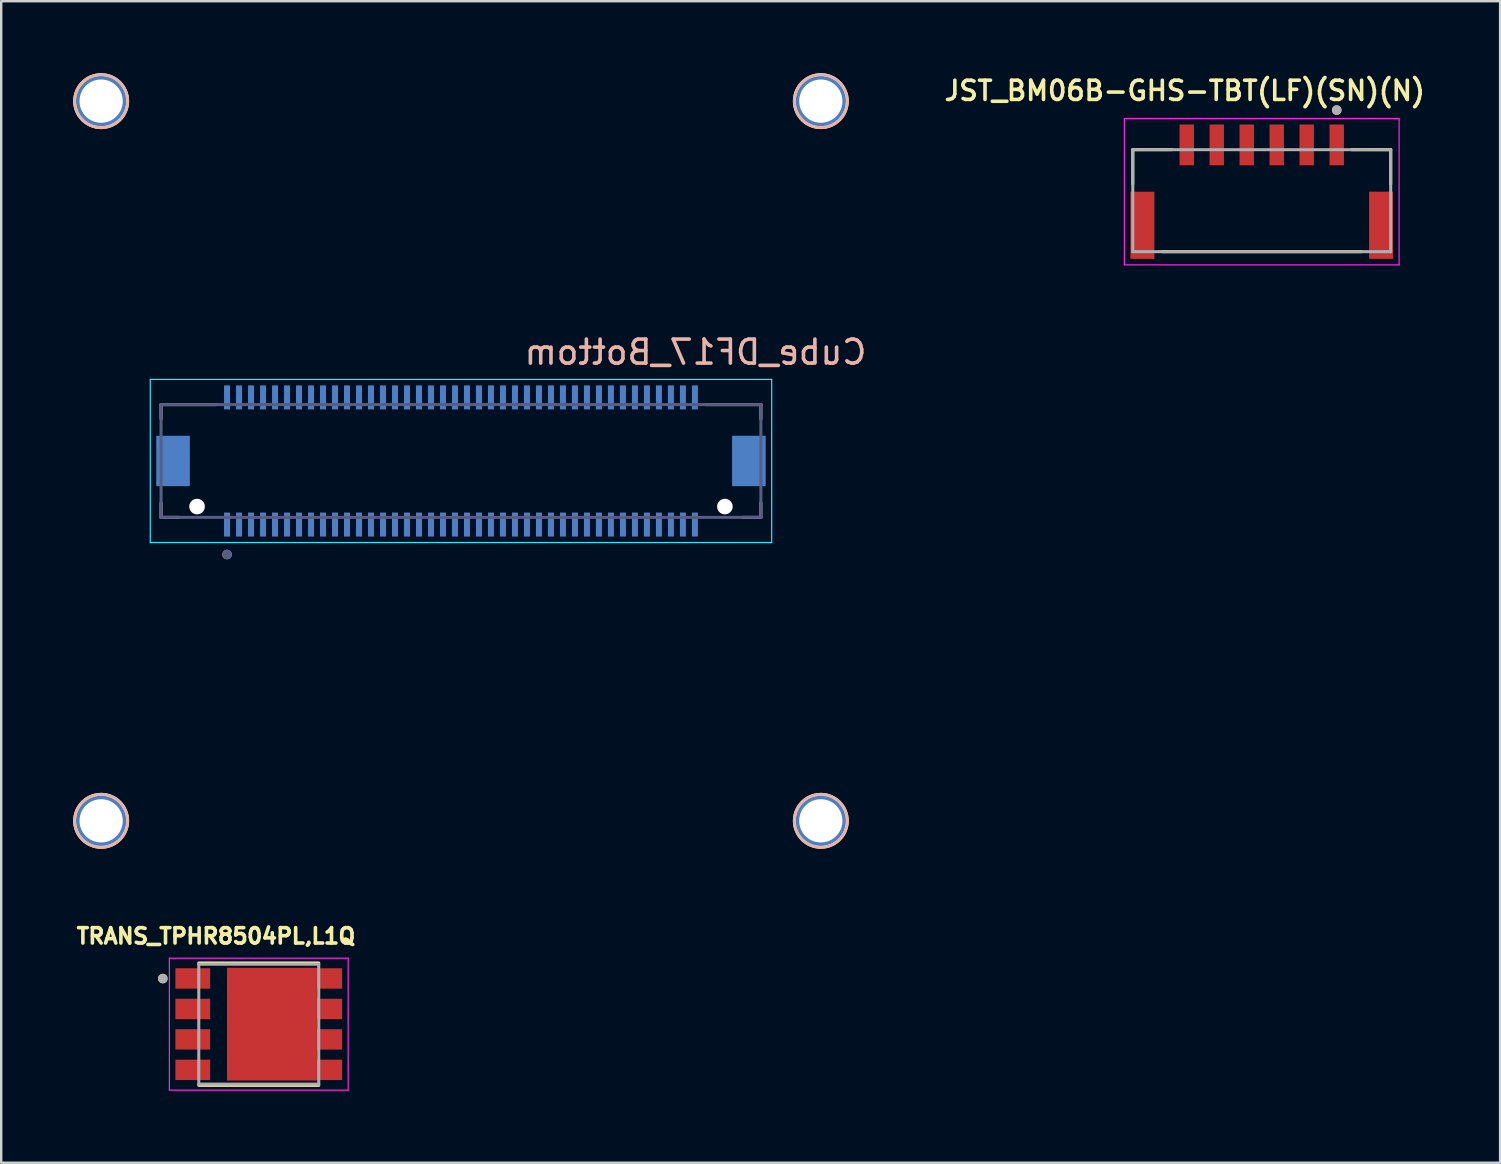
<source format=kicad_pcb>
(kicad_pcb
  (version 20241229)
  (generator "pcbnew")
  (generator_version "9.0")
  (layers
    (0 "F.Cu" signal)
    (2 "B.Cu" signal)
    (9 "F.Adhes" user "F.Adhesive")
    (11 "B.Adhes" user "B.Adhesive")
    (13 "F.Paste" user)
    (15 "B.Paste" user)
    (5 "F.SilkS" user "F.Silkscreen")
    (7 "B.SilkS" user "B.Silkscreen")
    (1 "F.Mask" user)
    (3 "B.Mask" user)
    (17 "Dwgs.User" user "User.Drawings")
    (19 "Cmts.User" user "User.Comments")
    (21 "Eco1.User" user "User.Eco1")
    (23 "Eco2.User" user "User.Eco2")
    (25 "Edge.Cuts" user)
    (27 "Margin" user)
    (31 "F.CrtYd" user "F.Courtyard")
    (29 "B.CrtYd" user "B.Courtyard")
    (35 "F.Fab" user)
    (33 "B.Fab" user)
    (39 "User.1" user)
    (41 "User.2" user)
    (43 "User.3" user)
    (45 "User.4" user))
  (footprint "JST_BM06B-GHS-TBT(LF)(SN)(N)"
    (layer "F.Cu")
    (at 49.538 6.339)
    (property "Reference" "JST_BM06B-GHS-TBT(LF)(SN)(N)" (at -3.21 -5.608 0) (layer "F.SilkS") (effects (font (size 0.8 0.8) (thickness 0.15))))
    (attr through_hole)
    (fp_line (start -5.375 -3.15) (end -3.75 -3.15) (stroke (width 0.127) (type solid)) (layer "F.SilkS"))
    (fp_line (start -5.375 -1.72) (end -5.375 -3.15) (stroke (width 0.127) (type solid)) (layer "F.SilkS"))
    (fp_line (start -4.15 1.1) (end 4.15 1.1) (stroke (width 0.127) (type solid)) (layer "F.SilkS"))
    (fp_line (start 3.75 -3.15) (end 5.375 -3.15) (stroke (width 0.127) (type solid)) (layer "F.SilkS"))
    (fp_line (start 5.375 -1.72) (end 5.375 -3.15) (stroke (width 0.127) (type solid)) (layer "F.SilkS"))
    (fp_circle (center 3.125 -4.8) (end 3.225 -4.8) (stroke (width 0.2) (type solid)) (fill no) (layer "F.SilkS"))
    (fp_line (start -5.725 -4.45) (end 5.725 -4.45) (stroke (width 0.05) (type solid)) (layer "F.CrtYd"))
    (fp_line (start -5.725 1.65) (end -5.725 -4.45) (stroke (width 0.05) (type solid)) (layer "F.CrtYd"))
    (fp_line (start 5.725 -4.45) (end 5.725 1.65) (stroke (width 0.05) (type solid)) (layer "F.CrtYd"))
    (fp_line (start 5.725 1.65) (end -5.725 1.65) (stroke (width 0.05) (type solid)) (layer "F.CrtYd"))
    (fp_line (start -5.375 -3.15) (end 5.375 -3.15) (stroke (width 0.127) (type solid)) (layer "F.Fab"))
    (fp_line (start -5.375 1.1) (end -5.375 -3.15) (stroke (width 0.127) (type solid)) (layer "F.Fab"))
    (fp_line (start 5.375 -3.15) (end 5.375 1.1) (stroke (width 0.127) (type solid)) (layer "F.Fab"))
    (fp_line (start 5.375 1.1) (end -5.375 1.1) (stroke (width 0.127) (type solid)) (layer "F.Fab"))
    (fp_circle (center 3.125 -4.8) (end 3.225 -4.8) (stroke (width 0.2) (type solid)) (fill no) (layer "F.Fab"))
    (pad "1" smd rect (at 3.125 -3.35 270) (size 1.7 0.6) (layers "F.Cu" "F.Mask" "F.Paste"))
    (pad "2" smd rect (at 1.875 -3.35 270) (size 1.7 0.6) (layers "F.Cu" "F.Mask" "F.Paste"))
    (pad "3" smd rect (at 0.625 -3.35 270) (size 1.7 0.6) (layers "F.Cu" "F.Mask" "F.Paste"))
    (pad "4" smd rect (at -0.625 -3.35 270) (size 1.7 0.6) (layers "F.Cu" "F.Mask" "F.Paste"))
    (pad "5" smd rect (at -1.875 -3.35 270) (size 1.7 0.6) (layers "F.Cu" "F.Mask" "F.Paste"))
    (pad "6" smd rect (at -3.125 -3.35 270) (size 1.7 0.6) (layers "F.Cu" "F.Mask" "F.Paste"))
    (pad "S1" smd rect (at -4.975 0 270) (size 2.8 1) (layers "F.Cu" "F.Mask" "F.Paste"))
    (pad "S2" smd rect (at 4.975 0 270) (size 2.8 1) (layers "F.Cu" "F.Mask" "F.Paste")))
  (footprint "TRANS_TPHR8504PL,L1Q"
    (layer "F.Cu")
    (at 7.735 39.636)
    (property "Reference" "TRANS_TPHR8504PL,L1Q" (at -1.784 -3.671 0) (layer "F.SilkS") (effects (font (size 0.64 0.64) (thickness 0.15))))
    (attr through_hole)
    (fp_line (start -2.5 -2.55) (end 2.5 -2.55) (stroke (width 0.127) (type solid)) (layer "F.SilkS"))
    (fp_line (start -2.5 2.55) (end 2.5 2.55) (stroke (width 0.127) (type solid)) (layer "F.SilkS"))
    (fp_circle (center -4 -1.9) (end -3.9 -1.9) (stroke (width 0.2) (type solid)) (fill no) (layer "F.SilkS"))
    (fp_poly (pts (xy -0.94 -1.186) (xy 2.04 -1.186) (xy 2.04 1.186) (xy -0.94 1.186)) (stroke (width 0.01) (type solid)) (fill yes) (layer "F.Paste"))
    (fp_line (start -3.725 -2.75) (end 3.725 -2.75) (stroke (width 0.05) (type solid)) (layer "F.CrtYd"))
    (fp_line (start -3.725 2.75) (end -3.725 -2.75) (stroke (width 0.05) (type solid)) (layer "F.CrtYd"))
    (fp_line (start 3.725 -2.75) (end 3.725 2.75) (stroke (width 0.05) (type solid)) (layer "F.CrtYd"))
    (fp_line (start 3.725 2.75) (end -3.725 2.75) (stroke (width 0.05) (type solid)) (layer "F.CrtYd"))
    (fp_line (start -2.5 -2.5) (end 2.5 -2.5) (stroke (width 0.127) (type solid)) (layer "F.Fab"))
    (fp_line (start -2.5 2.5) (end -2.5 -2.5) (stroke (width 0.127) (type solid)) (layer "F.Fab"))
    (fp_line (start 2.5 -2.5) (end 2.5 2.5) (stroke (width 0.127) (type solid)) (layer "F.Fab"))
    (fp_line (start 2.5 2.5) (end -2.5 2.5) (stroke (width 0.127) (type solid)) (layer "F.Fab"))
    (fp_circle (center -4 -1.9) (end -3.9 -1.9) (stroke (width 0.2) (type solid)) (fill no) (layer "F.Fab"))
    (pad "1" smd rect (at -2.75 -1.905) (size 1.45 0.85) (layers "F.Cu" "F.Mask" "F.Paste"))
    (pad "2" smd rect (at -2.75 -0.635) (size 1.45 0.85) (layers "F.Cu" "F.Mask" "F.Paste"))
    (pad "3" smd rect (at -2.75 0.635) (size 1.45 0.85) (layers "F.Cu" "F.Mask" "F.Paste"))
    (pad "4" smd rect (at -2.75 1.905) (size 1.45 0.85) (layers "F.Cu" "F.Mask" "F.Paste"))
    (pad "5" smd rect (at 2.95 1.905) (size 1.05 0.85) (layers "F.Cu" "F.Mask" "F.Paste"))
    (pad "6" smd rect (at 2.95 0.635) (size 1.05 0.85) (layers "F.Cu" "F.Mask" "F.Paste"))
    (pad "7" smd rect (at 2.95 -0.635) (size 1.05 0.85) (layers "F.Cu" "F.Mask" "F.Paste"))
    (pad "8" smd rect (at 2.95 -1.905) (size 1.05 0.85) (layers "F.Cu" "F.Mask" "F.Paste"))
    (pad "9" smd rect (at 0.55 0) (size 3.75 4.7) (layers "F.Cu" "F.Mask")))
  (footprint "Cube_DF17_Bottom"
    (layer "F.Cu")
    (at 16.163 16.163)
    (property "Reference" "Cube_DF17_Bottom" (at 9.775 -4.535 0) (layer "B.SilkS") (effects (font (size 1 1) (thickness 0.15)) (justify mirror)))
    (attr through_hole)
    (fp_circle (center -14.998 -14.998) (end -16.104 -14.998) (stroke (width 0.12) (type solid)) (fill no) (layer "F.SilkS"))
    (fp_circle (center -14.998 14.998) (end -16.104 14.998) (stroke (width 0.12) (type solid)) (fill no) (layer "F.SilkS"))
    (fp_circle (center 14.998 -14.998) (end 13.893 -14.998) (stroke (width 0.12) (type solid)) (fill no) (layer "F.SilkS"))
    (fp_circle (center 14.998 14.998) (end 13.893 14.998) (stroke (width 0.12) (type solid)) (fill no) (layer "F.SilkS"))
    (fp_line (start -12.5 -2.35) (end -12.5 -1.75) (stroke (width 0.127) (type solid)) (layer "B.SilkS"))
    (fp_line (start -12.5 -2.35) (end -10.195 -2.35) (stroke (width 0.127) (type solid)) (layer "B.SilkS"))
    (fp_line (start -12.5 2.35) (end -12.5 1.75) (stroke (width 0.127) (type solid)) (layer "B.SilkS"))
    (fp_line (start -11.75 2.35) (end -12.5 2.35) (stroke (width 0.127) (type solid)) (layer "B.SilkS"))
    (fp_line (start 10.195 -2.35) (end 12.5 -2.35) (stroke (width 0.127) (type solid)) (layer "B.SilkS"))
    (fp_line (start 12.5 -2.35) (end 12.5 -1.75) (stroke (width 0.127) (type solid)) (layer "B.SilkS"))
    (fp_line (start 12.5 2.35) (end 11.75 2.35) (stroke (width 0.127) (type solid)) (layer "B.SilkS"))
    (fp_line (start 12.5 2.35) (end 12.5 1.75) (stroke (width 0.127) (type solid)) (layer "B.SilkS"))
    (fp_circle (center -14.998 -14.998) (end -16.104 -14.998) (stroke (width 0.12) (type solid)) (fill no) (layer "B.SilkS"))
    (fp_circle (center -14.998 14.998) (end -16.104 14.998) (stroke (width 0.12) (type solid)) (fill no) (layer "B.SilkS"))
    (fp_circle (center -9.75 3.9) (end -9.85 3.9) (stroke (width 0.2) (type solid)) (fill no) (layer "B.SilkS"))
    (fp_circle (center 14.998 -14.998) (end 13.893 -14.998) (stroke (width 0.12) (type solid)) (fill no) (layer "B.SilkS"))
    (fp_circle (center 14.998 14.998) (end 13.893 14.998) (stroke (width 0.12) (type solid)) (fill no) (layer "B.SilkS"))
    (fp_line (start -12.95 -3.4) (end 12.95 -3.4) (stroke (width 0.05) (type solid)) (layer "B.CrtYd"))
    (fp_line (start -12.95 3.4) (end -12.95 -3.4) (stroke (width 0.05) (type solid)) (layer "B.CrtYd"))
    (fp_line (start 12.95 -3.4) (end 12.95 3.4) (stroke (width 0.05) (type solid)) (layer "B.CrtYd"))
    (fp_line (start 12.95 3.4) (end -12.95 3.4) (stroke (width 0.05) (type solid)) (layer "B.CrtYd"))
    (fp_line (start -12.5 -2.35) (end 12.5 -2.35) (stroke (width 0.127) (type solid)) (layer "B.Fab"))
    (fp_line (start -12.5 2.35) (end -12.5 -2.35) (stroke (width 0.127) (type solid)) (layer "B.Fab"))
    (fp_line (start 12.5 -2.35) (end 12.5 2.35) (stroke (width 0.127) (type solid)) (layer "B.Fab"))
    (fp_line (start 12.5 2.35) (end -12.5 2.35) (stroke (width 0.127) (type solid)) (layer "B.Fab"))
    (fp_circle (center -9.75 3.9) (end -9.85 3.9) (stroke (width 0.2) (type solid)) (fill no) (layer "B.Fab"))
    (pad "" np_thru_hole circle (at -11 1.9) (size 0.65 0.65) (drill 0.65) (layers "*.Cu" "*.Mask"))
    (pad "" np_thru_hole circle (at 11 1.9) (size 0.65 0.65) (drill 0.65) (layers "*.Cu" "*.Mask"))
    (pad "1" smd rect (at -9.75 2.65) (size 0.25 1) (layers "B.Cu" "B.Mask" "B.Paste"))
    (pad "2" smd rect (at -9.75 -2.65) (size 0.25 1) (layers "B.Cu" "B.Mask" "B.Paste"))
    (pad "3" smd rect (at -9.25 2.65) (size 0.25 1) (layers "B.Cu" "B.Mask" "B.Paste"))
    (pad "4" smd rect (at -9.25 -2.65) (size 0.25 1) (layers "B.Cu" "B.Mask" "B.Paste"))
    (pad "5" smd rect (at -8.75 2.65) (size 0.25 1) (layers "B.Cu" "B.Mask" "B.Paste"))
    (pad "6" smd rect (at -8.75 -2.65) (size 0.25 1) (layers "B.Cu" "B.Mask" "B.Paste"))
    (pad "7" smd rect (at -8.25 2.65) (size 0.25 1) (layers "B.Cu" "B.Mask" "B.Paste"))
    (pad "8" smd rect (at -8.25 -2.65) (size 0.25 1) (layers "B.Cu" "B.Mask" "B.Paste"))
    (pad "9" smd rect (at -7.75 2.65) (size 0.25 1) (layers "B.Cu" "B.Mask" "B.Paste"))
    (pad "10" smd rect (at -7.75 -2.65) (size 0.25 1) (layers "B.Cu" "B.Mask" "B.Paste"))
    (pad "11" smd rect (at -7.25 2.65) (size 0.25 1) (layers "B.Cu" "B.Mask" "B.Paste"))
    (pad "12" smd rect (at -7.25 -2.65) (size 0.25 1) (layers "B.Cu" "B.Mask" "B.Paste"))
    (pad "13" smd rect (at -6.75 2.65) (size 0.25 1) (layers "B.Cu" "B.Mask" "B.Paste"))
    (pad "14" smd rect (at -6.75 -2.65) (size 0.25 1) (layers "B.Cu" "B.Mask" "B.Paste"))
    (pad "15" smd rect (at -6.25 2.65) (size 0.25 1) (layers "B.Cu" "B.Mask" "B.Paste"))
    (pad "16" smd rect (at -6.25 -2.65) (size 0.25 1) (layers "B.Cu" "B.Mask" "B.Paste"))
    (pad "17" smd rect (at -5.75 2.65) (size 0.25 1) (layers "B.Cu" "B.Mask" "B.Paste"))
    (pad "18" smd rect (at -5.75 -2.65) (size 0.25 1) (layers "B.Cu" "B.Mask" "B.Paste"))
    (pad "19" smd rect (at -5.25 2.65) (size 0.25 1) (layers "B.Cu" "B.Mask" "B.Paste"))
    (pad "20" smd rect (at -5.25 -2.65) (size 0.25 1) (layers "B.Cu" "B.Mask" "B.Paste"))
    (pad "21" smd rect (at -4.75 2.65) (size 0.25 1) (layers "B.Cu" "B.Mask" "B.Paste"))
    (pad "22" smd rect (at -4.75 -2.65) (size 0.25 1) (layers "B.Cu" "B.Mask" "B.Paste"))
    (pad "23" smd rect (at -4.25 2.65) (size 0.25 1) (layers "B.Cu" "B.Mask" "B.Paste"))
    (pad "24" smd rect (at -4.25 -2.65) (size 0.25 1) (layers "B.Cu" "B.Mask" "B.Paste"))
    (pad "25" smd rect (at -3.75 2.65) (size 0.25 1) (layers "B.Cu" "B.Mask" "B.Paste"))
    (pad "26" smd rect (at -3.75 -2.65) (size 0.25 1) (layers "B.Cu" "B.Mask" "B.Paste"))
    (pad "27" smd rect (at -3.25 2.65) (size 0.25 1) (layers "B.Cu" "B.Mask" "B.Paste"))
    (pad "28" smd rect (at -3.25 -2.65) (size 0.25 1) (layers "B.Cu" "B.Mask" "B.Paste"))
    (pad "29" smd rect (at -2.75 2.65) (size 0.25 1) (layers "B.Cu" "B.Mask" "B.Paste"))
    (pad "30" smd rect (at -2.75 -2.65) (size 0.25 1) (layers "B.Cu" "B.Mask" "B.Paste"))
    (pad "31" smd rect (at -2.25 2.65) (size 0.25 1) (layers "B.Cu" "B.Mask" "B.Paste"))
    (pad "32" smd rect (at -2.25 -2.65) (size 0.25 1) (layers "B.Cu" "B.Mask" "B.Paste"))
    (pad "33" smd rect (at -1.75 2.65) (size 0.25 1) (layers "B.Cu" "B.Mask" "B.Paste"))
    (pad "34" smd rect (at -1.75 -2.65) (size 0.25 1) (layers "B.Cu" "B.Mask" "B.Paste"))
    (pad "35" smd rect (at -1.25 2.65) (size 0.25 1) (layers "B.Cu" "B.Mask" "B.Paste"))
    (pad "36" smd rect (at -1.25 -2.65) (size 0.25 1) (layers "B.Cu" "B.Mask" "B.Paste"))
    (pad "37" smd rect (at -0.75 2.65) (size 0.25 1) (layers "B.Cu" "B.Mask" "B.Paste"))
    (pad "38" smd rect (at -0.75 -2.65) (size 0.25 1) (layers "B.Cu" "B.Mask" "B.Paste"))
    (pad "39" smd rect (at -0.25 2.65) (size 0.25 1) (layers "B.Cu" "B.Mask" "B.Paste"))
    (pad "40" smd rect (at -0.25 -2.65) (size 0.25 1) (layers "B.Cu" "B.Mask" "B.Paste"))
    (pad "41" smd rect (at 0.25 2.65) (size 0.25 1) (layers "B.Cu" "B.Mask" "B.Paste"))
    (pad "42" smd rect (at 0.25 -2.65) (size 0.25 1) (layers "B.Cu" "B.Mask" "B.Paste"))
    (pad "43" smd rect (at 0.75 2.65) (size 0.25 1) (layers "B.Cu" "B.Mask" "B.Paste"))
    (pad "44" smd rect (at 0.75 -2.65) (size 0.25 1) (layers "B.Cu" "B.Mask" "B.Paste"))
    (pad "45" smd rect (at 1.25 2.65) (size 0.25 1) (layers "B.Cu" "B.Mask" "B.Paste"))
    (pad "46" smd rect (at 1.25 -2.65) (size 0.25 1) (layers "B.Cu" "B.Mask" "B.Paste"))
    (pad "47" smd rect (at 1.75 2.65) (size 0.25 1) (layers "B.Cu" "B.Mask" "B.Paste"))
    (pad "48" smd rect (at 1.75 -2.65) (size 0.25 1) (layers "B.Cu" "B.Mask" "B.Paste"))
    (pad "49" smd rect (at 2.25 2.65) (size 0.25 1) (layers "B.Cu" "B.Mask" "B.Paste"))
    (pad "50" smd rect (at 2.25 -2.65) (size 0.25 1) (layers "B.Cu" "B.Mask" "B.Paste"))
    (pad "51" smd rect (at 2.75 2.65) (size 0.25 1) (layers "B.Cu" "B.Mask" "B.Paste"))
    (pad "52" smd rect (at 2.75 -2.65) (size 0.25 1) (layers "B.Cu" "B.Mask" "B.Paste"))
    (pad "53" smd rect (at 3.25 2.65) (size 0.25 1) (layers "B.Cu" "B.Mask" "B.Paste"))
    (pad "54" smd rect (at 3.25 -2.65) (size 0.25 1) (layers "B.Cu" "B.Mask" "B.Paste"))
    (pad "55" smd rect (at 3.75 2.65) (size 0.25 1) (layers "B.Cu" "B.Mask" "B.Paste"))
    (pad "56" smd rect (at 3.75 -2.65) (size 0.25 1) (layers "B.Cu" "B.Mask" "B.Paste"))
    (pad "57" smd rect (at 4.25 2.65) (size 0.25 1) (layers "B.Cu" "B.Mask" "B.Paste"))
    (pad "58" smd rect (at 4.25 -2.65) (size 0.25 1) (layers "B.Cu" "B.Mask" "B.Paste"))
    (pad "59" smd rect (at 4.75 2.65) (size 0.25 1) (layers "B.Cu" "B.Mask" "B.Paste"))
    (pad "60" smd rect (at 4.75 -2.65) (size 0.25 1) (layers "B.Cu" "B.Mask" "B.Paste"))
    (pad "61" smd rect (at 5.25 2.65) (size 0.25 1) (layers "B.Cu" "B.Mask" "B.Paste"))
    (pad "62" smd rect (at 5.25 -2.65) (size 0.25 1) (layers "B.Cu" "B.Mask" "B.Paste"))
    (pad "63" smd rect (at 5.75 2.65) (size 0.25 1) (layers "B.Cu" "B.Mask" "B.Paste"))
    (pad "64" smd rect (at 5.75 -2.65) (size 0.25 1) (layers "B.Cu" "B.Mask" "B.Paste"))
    (pad "65" smd rect (at 6.25 2.65) (size 0.25 1) (layers "B.Cu" "B.Mask" "B.Paste"))
    (pad "66" smd rect (at 6.25 -2.65) (size 0.25 1) (layers "B.Cu" "B.Mask" "B.Paste"))
    (pad "67" smd rect (at 6.75 2.65) (size 0.25 1) (layers "B.Cu" "B.Mask" "B.Paste"))
    (pad "68" smd rect (at 6.75 -2.65) (size 0.25 1) (layers "B.Cu" "B.Mask" "B.Paste"))
    (pad "69" smd rect (at 7.25 2.65) (size 0.25 1) (layers "B.Cu" "B.Mask" "B.Paste"))
    (pad "70" smd rect (at 7.25 -2.65) (size 0.25 1) (layers "B.Cu" "B.Mask" "B.Paste"))
    (pad "71" smd rect (at 7.75 2.65) (size 0.25 1) (layers "B.Cu" "B.Mask" "B.Paste"))
    (pad "72" smd rect (at 7.75 -2.65) (size 0.25 1) (layers "B.Cu" "B.Mask" "B.Paste"))
    (pad "73" smd rect (at 8.25 2.65) (size 0.25 1) (layers "B.Cu" "B.Mask" "B.Paste"))
    (pad "74" smd rect (at 8.25 -2.65) (size 0.25 1) (layers "B.Cu" "B.Mask" "B.Paste"))
    (pad "75" smd rect (at 8.75 2.65) (size 0.25 1) (layers "B.Cu" "B.Mask" "B.Paste"))
    (pad "76" smd rect (at 8.75 -2.65) (size 0.25 1) (layers "B.Cu" "B.Mask" "B.Paste"))
    (pad "77" smd rect (at 9.25 2.65) (size 0.25 1) (layers "B.Cu" "B.Mask" "B.Paste"))
    (pad "78" smd rect (at 9.25 -2.65) (size 0.25 1) (layers "B.Cu" "B.Mask" "B.Paste"))
    (pad "79" smd rect (at 9.75 2.65) (size 0.25 1) (layers "B.Cu" "B.Mask" "B.Paste"))
    (pad "80" smd rect (at 9.75 -2.65) (size 0.25 1) (layers "B.Cu" "B.Mask" "B.Paste"))
    (pad "81" thru_hole circle (at -14.998 -14.998) (size 2.21 2.21) (drill 1.803) (layers "*.Cu" "*.Mask"))
    (pad "81" thru_hole circle (at -14.998 14.998) (size 2.21 2.21) (drill 1.803) (layers "*.Cu" "*.Mask"))
    (pad "81" thru_hole circle (at 14.998 -14.998) (size 2.21 2.21) (drill 1.803) (layers "*.Cu" "*.Mask"))
    (pad "81" thru_hole circle (at 14.998 14.998) (size 2.21 2.21) (drill 1.803) (layers "*.Cu" "*.Mask"))
    (pad "S1" smd rect (at -12 0) (size 1.4 2.1) (layers "B.Cu" "B.Mask" "B.Paste"))
    (pad "S2" smd rect (at 12 0) (size 1.4 2.1) (layers "B.Cu" "B.Mask" "B.Paste"))
    (zone (net_name "") (layers "F.Cu" "B.Cu") (hatch full 0.508) (connect_pads) (min_thickness 0.01) (filled_areas_thickness no) (keepout (tracks allowed) (vias not_allowed) (pads allowed) (copperpour allowed) (footprints allowed)) (placement (enabled no)) (fill) (polygon (pts (xy 27.463 14.014) (xy 4.864 14.014) (xy 4.864 18.314) (xy 27.463 18.314))))
    (zone (net_name "") (layer "B.Cu") (hatch full 0.508) (connect_pads) (min_thickness 0.01) (filled_areas_thickness no) (keepout (tracks not_allowed) (vias not_allowed) (pads not_allowed) (copperpour not_allowed) (footprints allowed)) (placement (enabled no)) (fill) (polygon (pts (xy 27.463 14.014) (xy 4.864 14.014) (xy 4.864 18.314) (xy 27.463 18.314)))))
  (gr_rect
    (start -3 -3)
    (end 59.473 45.411)
    (stroke (width 0.1) (type default))
    (fill no)
    (layer "Edge.Cuts")))
</source>
